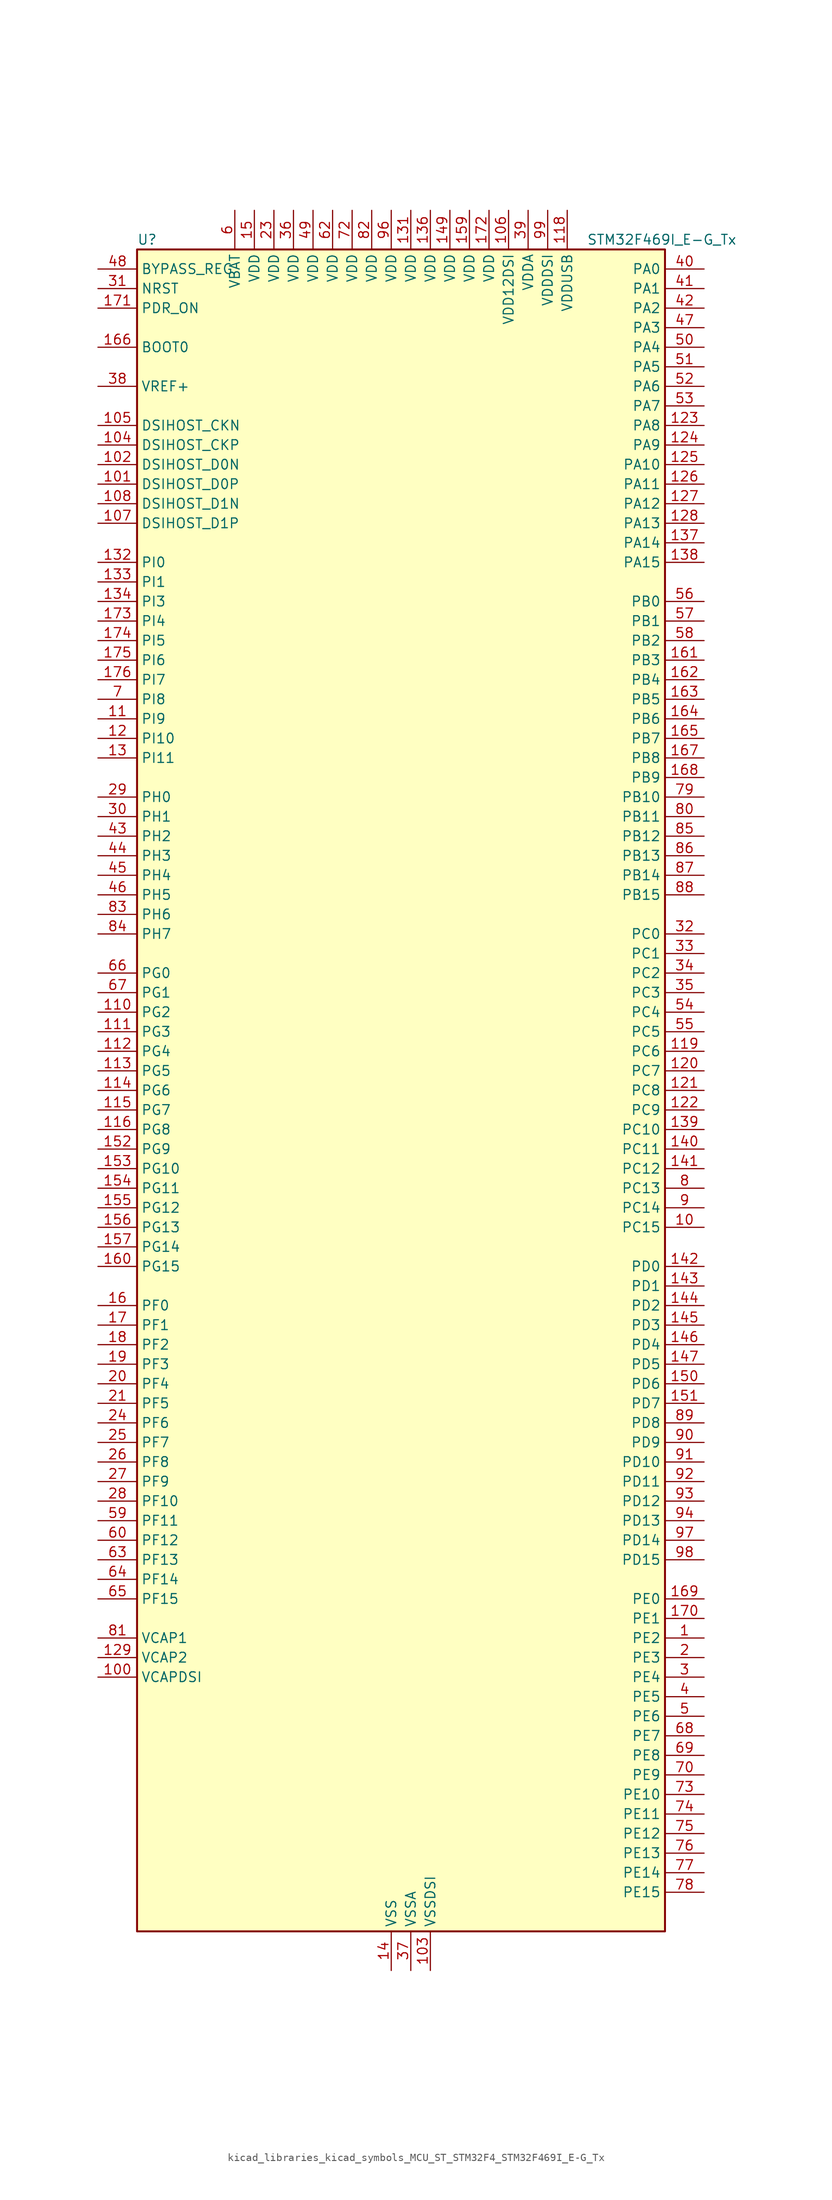
<source format=kicad_sym>
(kicad_symbol_lib
  (version 20220914)
  (generator kicad_symbol_editor)
  (symbol "kicad_libraries_kicad_symbols_MCU_ST_STM32F4_STM32F469I_E-G_Tx"
    (property "Reference" "U"
      (at -33.02 110.49 0)
      (effects (font (size 1.27 1.27)) (justify left)))
    (property "Value" "STM32F469I_E-G_Tx"
      (at 25.4 110.49 0)
      (effects (font (size 1.27 1.27)) (justify left)))
    (property "ki_locked" ""
      (at 0 0 0)
      (effects (font (size 1.27 1.27))))
    (symbol "kicad_libraries_kicad_symbols_MCU_ST_STM32F4_STM32F469I_E-G_Tx_0_1"
      (rectangle (start -33.02 -109.22) (end 35.56 109.22) (stroke (width 0.254) (type default)) (fill (type background))))
    (symbol "kicad_libraries_kicad_symbols_MCU_ST_STM32F4_STM32F469I_E-G_Tx_1_1"
      (pin bidirectional line (at 40.64 -71.12 180) (length 5.08) (name "PE2" (effects (font (size 1.27 1.27)))) (number "1" (effects (font (size 1.27 1.27)))) (alternate "ETH_TXD3" bidirectional line) (alternate "FMC_A23" bidirectional line) (alternate "QUADSPI_BK1_IO2" bidirectional line) (alternate "SAI1_MCLK_A" bidirectional line) (alternate "SPI4_SCK" bidirectional line) (alternate "SYS_TRACECLK" bidirectional line))
      (pin bidirectional line (at 40.64 -17.78 180) (length 5.08) (name "PC15" (effects (font (size 1.27 1.27)))) (number "10" (effects (font (size 1.27 1.27)))) (alternate "ADC1_EXTI15" bidirectional line) (alternate "ADC2_EXTI15" bidirectional line) (alternate "ADC3_EXTI15" bidirectional line) (alternate "RCC_OSC32_OUT" bidirectional line))
      (pin power_out line (at -38.1 -76.2 0) (length 5.08) (name "VCAPDSI" (effects (font (size 1.27 1.27)))) (number "100" (effects (font (size 1.27 1.27)))))
      (pin bidirectional line (at -38.1 78.74 0) (length 5.08) (name "DSIHOST_D0P" (effects (font (size 1.27 1.27)))) (number "101" (effects (font (size 1.27 1.27)))) (alternate "DSIHOST_D0P" bidirectional line))
      (pin bidirectional line (at -38.1 81.28 0) (length 5.08) (name "DSIHOST_D0N" (effects (font (size 1.27 1.27)))) (number "102" (effects (font (size 1.27 1.27)))) (alternate "DSIHOST_D0N" bidirectional line))
      (pin power_in line (at 5.08 -114.3 90) (length 5.08) (name "VSSDSI" (effects (font (size 1.27 1.27)))) (number "103" (effects (font (size 1.27 1.27)))))
      (pin bidirectional line (at -38.1 83.82 0) (length 5.08) (name "DSIHOST_CKP" (effects (font (size 1.27 1.27)))) (number "104" (effects (font (size 1.27 1.27)))) (alternate "DSIHOST_CKP" bidirectional line))
      (pin bidirectional line (at -38.1 86.36 0) (length 5.08) (name "DSIHOST_CKN" (effects (font (size 1.27 1.27)))) (number "105" (effects (font (size 1.27 1.27)))) (alternate "DSIHOST_CKN" bidirectional line))
      (pin power_in line (at 15.24 114.3 270) (length 5.08) (name "VDD12DSI" (effects (font (size 1.27 1.27)))) (number "106" (effects (font (size 1.27 1.27)))))
      (pin bidirectional line (at -38.1 73.66 0) (length 5.08) (name "DSIHOST_D1P" (effects (font (size 1.27 1.27)))) (number "107" (effects (font (size 1.27 1.27)))) (alternate "DSIHOST_D1P" bidirectional line))
      (pin bidirectional line (at -38.1 76.2 0) (length 5.08) (name "DSIHOST_D1N" (effects (font (size 1.27 1.27)))) (number "108" (effects (font (size 1.27 1.27)))) (alternate "DSIHOST_D1N" bidirectional line))
      (pin passive line (at 5.08 -114.3 90) (length 5.08) hide (name "VSSDSI" (effects (font (size 1.27 1.27)))) (number "109" (effects (font (size 1.27 1.27)))))
      (pin bidirectional line (at -38.1 48.26 0) (length 5.08) (name "PI9" (effects (font (size 1.27 1.27)))) (number "11" (effects (font (size 1.27 1.27)))) (alternate "CAN1_RX" bidirectional line) (alternate "DAC_EXTI9" bidirectional line) (alternate "FMC_D30" bidirectional line) (alternate "LTDC_VSYNC" bidirectional line))
      (pin bidirectional line (at -38.1 10.16 0) (length 5.08) (name "PG2" (effects (font (size 1.27 1.27)))) (number "110" (effects (font (size 1.27 1.27)))) (alternate "FMC_A12" bidirectional line))
      (pin bidirectional line (at -38.1 7.62 0) (length 5.08) (name "PG3" (effects (font (size 1.27 1.27)))) (number "111" (effects (font (size 1.27 1.27)))) (alternate "FMC_A13" bidirectional line))
      (pin bidirectional line (at -38.1 5.08 0) (length 5.08) (name "PG4" (effects (font (size 1.27 1.27)))) (number "112" (effects (font (size 1.27 1.27)))) (alternate "FMC_A14" bidirectional line) (alternate "FMC_BA0" bidirectional line))
      (pin bidirectional line (at -38.1 2.54 0) (length 5.08) (name "PG5" (effects (font (size 1.27 1.27)))) (number "113" (effects (font (size 1.27 1.27)))) (alternate "FMC_A15" bidirectional line) (alternate "FMC_BA1" bidirectional line))
      (pin bidirectional line (at -38.1 0 0) (length 5.08) (name "PG6" (effects (font (size 1.27 1.27)))) (number "114" (effects (font (size 1.27 1.27)))) (alternate "DCMI_D12" bidirectional line) (alternate "LTDC_R7" bidirectional line))
      (pin bidirectional line (at -38.1 -2.54 0) (length 5.08) (name "PG7" (effects (font (size 1.27 1.27)))) (number "115" (effects (font (size 1.27 1.27)))) (alternate "DCMI_D13" bidirectional line) (alternate "FMC_INT" bidirectional line) (alternate "LTDC_CLK" bidirectional line) (alternate "SAI1_MCLK_A" bidirectional line) (alternate "USART6_CK" bidirectional line))
      (pin bidirectional line (at -38.1 -5.08 0) (length 5.08) (name "PG8" (effects (font (size 1.27 1.27)))) (number "116" (effects (font (size 1.27 1.27)))) (alternate "ETH_PPS_OUT" bidirectional line) (alternate "FMC_SDCLK" bidirectional line) (alternate "LTDC_G7" bidirectional line) (alternate "SPI6_NSS" bidirectional line) (alternate "USART6_RTS" bidirectional line))
      (pin passive line (at 0 -114.3 90) (length 5.08) hide (name "VSS" (effects (font (size 1.27 1.27)))) (number "117" (effects (font (size 1.27 1.27)))))
      (pin power_in line (at 22.86 114.3 270) (length 5.08) (name "VDDUSB" (effects (font (size 1.27 1.27)))) (number "118" (effects (font (size 1.27 1.27)))))
      (pin bidirectional line (at 40.64 5.08 180) (length 5.08) (name "PC6" (effects (font (size 1.27 1.27)))) (number "119" (effects (font (size 1.27 1.27)))) (alternate "DCMI_D0" bidirectional line) (alternate "I2S2_MCK" bidirectional line) (alternate "LTDC_HSYNC" bidirectional line) (alternate "SDIO_D6" bidirectional line) (alternate "TIM3_CH1" bidirectional line) (alternate "TIM8_CH1" bidirectional line) (alternate "USART6_TX" bidirectional line))
      (pin bidirectional line (at -38.1 45.72 0) (length 5.08) (name "PI10" (effects (font (size 1.27 1.27)))) (number "12" (effects (font (size 1.27 1.27)))) (alternate "ETH_RX_ER" bidirectional line) (alternate "FMC_D31" bidirectional line) (alternate "LTDC_HSYNC" bidirectional line))
      (pin bidirectional line (at 40.64 2.54 180) (length 5.08) (name "PC7" (effects (font (size 1.27 1.27)))) (number "120" (effects (font (size 1.27 1.27)))) (alternate "DCMI_D1" bidirectional line) (alternate "I2S3_MCK" bidirectional line) (alternate "LTDC_G6" bidirectional line) (alternate "SDIO_D7" bidirectional line) (alternate "TIM3_CH2" bidirectional line) (alternate "TIM8_CH2" bidirectional line) (alternate "USART6_RX" bidirectional line))
      (pin bidirectional line (at 40.64 0 180) (length 5.08) (name "PC8" (effects (font (size 1.27 1.27)))) (number "121" (effects (font (size 1.27 1.27)))) (alternate "DCMI_D2" bidirectional line) (alternate "SDIO_D0" bidirectional line) (alternate "SYS_TRACED1" bidirectional line) (alternate "TIM3_CH3" bidirectional line) (alternate "TIM8_CH3" bidirectional line) (alternate "USART6_CK" bidirectional line))
      (pin bidirectional line (at 40.64 -2.54 180) (length 5.08) (name "PC9" (effects (font (size 1.27 1.27)))) (number "122" (effects (font (size 1.27 1.27)))) (alternate "DAC_EXTI9" bidirectional line) (alternate "DCMI_D3" bidirectional line) (alternate "I2C3_SDA" bidirectional line) (alternate "I2S_CKIN" bidirectional line) (alternate "QUADSPI_BK1_IO0" bidirectional line) (alternate "RCC_MCO_2" bidirectional line) (alternate "SDIO_D1" bidirectional line) (alternate "TIM3_CH4" bidirectional line) (alternate "TIM8_CH4" bidirectional line))
      (pin bidirectional line (at 40.64 86.36 180) (length 5.08) (name "PA8" (effects (font (size 1.27 1.27)))) (number "123" (effects (font (size 1.27 1.27)))) (alternate "I2C3_SCL" bidirectional line) (alternate "LTDC_R6" bidirectional line) (alternate "RCC_MCO_1" bidirectional line) (alternate "TIM1_CH1" bidirectional line) (alternate "USART1_CK" bidirectional line) (alternate "USB_OTG_FS_SOF" bidirectional line))
      (pin bidirectional line (at 40.64 83.82 180) (length 5.08) (name "PA9" (effects (font (size 1.27 1.27)))) (number "124" (effects (font (size 1.27 1.27)))) (alternate "DAC_EXTI9" bidirectional line) (alternate "DCMI_D0" bidirectional line) (alternate "I2C3_SMBA" bidirectional line) (alternate "I2S2_CK" bidirectional line) (alternate "SPI2_SCK" bidirectional line) (alternate "TIM1_CH2" bidirectional line) (alternate "USART1_TX" bidirectional line) (alternate "USB_OTG_FS_VBUS" bidirectional line))
      (pin bidirectional line (at 40.64 81.28 180) (length 5.08) (name "PA10" (effects (font (size 1.27 1.27)))) (number "125" (effects (font (size 1.27 1.27)))) (alternate "DCMI_D1" bidirectional line) (alternate "TIM1_CH3" bidirectional line) (alternate "USART1_RX" bidirectional line) (alternate "USB_OTG_FS_ID" bidirectional line))
      (pin bidirectional line (at 40.64 78.74 180) (length 5.08) (name "PA11" (effects (font (size 1.27 1.27)))) (number "126" (effects (font (size 1.27 1.27)))) (alternate "ADC1_EXTI11" bidirectional line) (alternate "ADC2_EXTI11" bidirectional line) (alternate "ADC3_EXTI11" bidirectional line) (alternate "CAN1_RX" bidirectional line) (alternate "LTDC_R4" bidirectional line) (alternate "TIM1_CH4" bidirectional line) (alternate "USART1_CTS" bidirectional line) (alternate "USB_OTG_FS_DM" bidirectional line))
      (pin bidirectional line (at 40.64 76.2 180) (length 5.08) (name "PA12" (effects (font (size 1.27 1.27)))) (number "127" (effects (font (size 1.27 1.27)))) (alternate "CAN1_TX" bidirectional line) (alternate "LTDC_R5" bidirectional line) (alternate "TIM1_ETR" bidirectional line) (alternate "USART1_RTS" bidirectional line) (alternate "USB_OTG_FS_DP" bidirectional line))
      (pin bidirectional line (at 40.64 73.66 180) (length 5.08) (name "PA13" (effects (font (size 1.27 1.27)))) (number "128" (effects (font (size 1.27 1.27)))) (alternate "SYS_JTMS-SWDIO" bidirectional line))
      (pin power_out line (at -38.1 -73.66 0) (length 5.08) (name "VCAP2" (effects (font (size 1.27 1.27)))) (number "129" (effects (font (size 1.27 1.27)))))
      (pin bidirectional line (at -38.1 43.18 0) (length 5.08) (name "PI11" (effects (font (size 1.27 1.27)))) (number "13" (effects (font (size 1.27 1.27)))) (alternate "ADC1_EXTI11" bidirectional line) (alternate "ADC2_EXTI11" bidirectional line) (alternate "ADC3_EXTI11" bidirectional line) (alternate "LTDC_G6" bidirectional line) (alternate "USB_OTG_HS_ULPI_DIR" bidirectional line))
      (pin passive line (at 0 -114.3 90) (length 5.08) hide (name "VSS" (effects (font (size 1.27 1.27)))) (number "130" (effects (font (size 1.27 1.27)))))
      (pin power_in line (at 2.54 114.3 270) (length 5.08) (name "VDD" (effects (font (size 1.27 1.27)))) (number "131" (effects (font (size 1.27 1.27)))))
      (pin bidirectional line (at -38.1 68.58 0) (length 5.08) (name "PI0" (effects (font (size 1.27 1.27)))) (number "132" (effects (font (size 1.27 1.27)))) (alternate "DCMI_D13" bidirectional line) (alternate "FMC_D24" bidirectional line) (alternate "I2S2_WS" bidirectional line) (alternate "LTDC_G5" bidirectional line) (alternate "SPI2_NSS" bidirectional line) (alternate "TIM5_CH4" bidirectional line))
      (pin bidirectional line (at -38.1 66.04 0) (length 5.08) (name "PI1" (effects (font (size 1.27 1.27)))) (number "133" (effects (font (size 1.27 1.27)))) (alternate "DCMI_D8" bidirectional line) (alternate "FMC_D25" bidirectional line) (alternate "I2S2_CK" bidirectional line) (alternate "LTDC_G6" bidirectional line) (alternate "SPI2_SCK" bidirectional line))
      (pin bidirectional line (at -38.1 63.5 0) (length 5.08) (name "PI3" (effects (font (size 1.27 1.27)))) (number "134" (effects (font (size 1.27 1.27)))) (alternate "DCMI_D10" bidirectional line) (alternate "FMC_D27" bidirectional line) (alternate "I2S2_SD" bidirectional line) (alternate "SPI2_MOSI" bidirectional line) (alternate "TIM8_ETR" bidirectional line))
      (pin passive line (at 0 -114.3 90) (length 5.08) hide (name "VSS" (effects (font (size 1.27 1.27)))) (number "135" (effects (font (size 1.27 1.27)))))
      (pin power_in line (at 5.08 114.3 270) (length 5.08) (name "VDD" (effects (font (size 1.27 1.27)))) (number "136" (effects (font (size 1.27 1.27)))))
      (pin bidirectional line (at 40.64 71.12 180) (length 5.08) (name "PA14" (effects (font (size 1.27 1.27)))) (number "137" (effects (font (size 1.27 1.27)))) (alternate "SYS_JTCK-SWCLK" bidirectional line))
      (pin bidirectional line (at 40.64 68.58 180) (length 5.08) (name "PA15" (effects (font (size 1.27 1.27)))) (number "138" (effects (font (size 1.27 1.27)))) (alternate "ADC1_EXTI15" bidirectional line) (alternate "ADC2_EXTI15" bidirectional line) (alternate "ADC3_EXTI15" bidirectional line) (alternate "I2S3_WS" bidirectional line) (alternate "SPI1_NSS" bidirectional line) (alternate "SPI3_NSS" bidirectional line) (alternate "SYS_JTDI" bidirectional line) (alternate "TIM2_CH1" bidirectional line) (alternate "TIM2_ETR" bidirectional line))
      (pin bidirectional line (at 40.64 -5.08 180) (length 5.08) (name "PC10" (effects (font (size 1.27 1.27)))) (number "139" (effects (font (size 1.27 1.27)))) (alternate "DCMI_D8" bidirectional line) (alternate "I2S3_CK" bidirectional line) (alternate "LTDC_R2" bidirectional line) (alternate "QUADSPI_BK1_IO1" bidirectional line) (alternate "SDIO_D2" bidirectional line) (alternate "SPI3_SCK" bidirectional line) (alternate "UART4_TX" bidirectional line) (alternate "USART3_TX" bidirectional line))
      (pin power_in line (at 0 -114.3 90) (length 5.08) (name "VSS" (effects (font (size 1.27 1.27)))) (number "14" (effects (font (size 1.27 1.27)))))
      (pin bidirectional line (at 40.64 -7.62 180) (length 5.08) (name "PC11" (effects (font (size 1.27 1.27)))) (number "140" (effects (font (size 1.27 1.27)))) (alternate "ADC1_EXTI11" bidirectional line) (alternate "ADC2_EXTI11" bidirectional line) (alternate "ADC3_EXTI11" bidirectional line) (alternate "DCMI_D4" bidirectional line) (alternate "I2S3_ext_SD" bidirectional line) (alternate "QUADSPI_BK2_NCS" bidirectional line) (alternate "SDIO_D3" bidirectional line) (alternate "SPI3_MISO" bidirectional line) (alternate "UART4_RX" bidirectional line) (alternate "USART3_RX" bidirectional line))
      (pin bidirectional line (at 40.64 -10.16 180) (length 5.08) (name "PC12" (effects (font (size 1.27 1.27)))) (number "141" (effects (font (size 1.27 1.27)))) (alternate "DCMI_D9" bidirectional line) (alternate "I2S3_SD" bidirectional line) (alternate "SDIO_CK" bidirectional line) (alternate "SPI3_MOSI" bidirectional line) (alternate "SYS_TRACED3" bidirectional line) (alternate "UART5_TX" bidirectional line) (alternate "USART3_CK" bidirectional line))
      (pin bidirectional line (at 40.64 -22.86 180) (length 5.08) (name "PD0" (effects (font (size 1.27 1.27)))) (number "142" (effects (font (size 1.27 1.27)))) (alternate "CAN1_RX" bidirectional line) (alternate "FMC_D2" bidirectional line) (alternate "FMC_DA2" bidirectional line))
      (pin bidirectional line (at 40.64 -25.4 180) (length 5.08) (name "PD1" (effects (font (size 1.27 1.27)))) (number "143" (effects (font (size 1.27 1.27)))) (alternate "CAN1_TX" bidirectional line) (alternate "FMC_D3" bidirectional line) (alternate "FMC_DA3" bidirectional line))
      (pin bidirectional line (at 40.64 -27.94 180) (length 5.08) (name "PD2" (effects (font (size 1.27 1.27)))) (number "144" (effects (font (size 1.27 1.27)))) (alternate "DCMI_D11" bidirectional line) (alternate "SDIO_CMD" bidirectional line) (alternate "SYS_TRACED2" bidirectional line) (alternate "TIM3_ETR" bidirectional line) (alternate "UART5_RX" bidirectional line))
      (pin bidirectional line (at 40.64 -30.48 180) (length 5.08) (name "PD3" (effects (font (size 1.27 1.27)))) (number "145" (effects (font (size 1.27 1.27)))) (alternate "DCMI_D5" bidirectional line) (alternate "FMC_CLK" bidirectional line) (alternate "I2S2_CK" bidirectional line) (alternate "LTDC_G7" bidirectional line) (alternate "SPI2_SCK" bidirectional line) (alternate "USART2_CTS" bidirectional line))
      (pin bidirectional line (at 40.64 -33.02 180) (length 5.08) (name "PD4" (effects (font (size 1.27 1.27)))) (number "146" (effects (font (size 1.27 1.27)))) (alternate "FMC_NOE" bidirectional line) (alternate "USART2_RTS" bidirectional line))
      (pin bidirectional line (at 40.64 -35.56 180) (length 5.08) (name "PD5" (effects (font (size 1.27 1.27)))) (number "147" (effects (font (size 1.27 1.27)))) (alternate "FMC_NWE" bidirectional line) (alternate "USART2_TX" bidirectional line))
      (pin passive line (at 0 -114.3 90) (length 5.08) hide (name "VSS" (effects (font (size 1.27 1.27)))) (number "148" (effects (font (size 1.27 1.27)))))
      (pin power_in line (at 7.62 114.3 270) (length 5.08) (name "VDD" (effects (font (size 1.27 1.27)))) (number "149" (effects (font (size 1.27 1.27)))))
      (pin power_in line (at -17.78 114.3 270) (length 5.08) (name "VDD" (effects (font (size 1.27 1.27)))) (number "15" (effects (font (size 1.27 1.27)))))
      (pin bidirectional line (at 40.64 -38.1 180) (length 5.08) (name "PD6" (effects (font (size 1.27 1.27)))) (number "150" (effects (font (size 1.27 1.27)))) (alternate "DCMI_D10" bidirectional line) (alternate "FMC_NWAIT" bidirectional line) (alternate "I2S3_SD" bidirectional line) (alternate "LTDC_B2" bidirectional line) (alternate "SAI1_SD_A" bidirectional line) (alternate "SPI3_MOSI" bidirectional line) (alternate "USART2_RX" bidirectional line))
      (pin bidirectional line (at 40.64 -40.64 180) (length 5.08) (name "PD7" (effects (font (size 1.27 1.27)))) (number "151" (effects (font (size 1.27 1.27)))) (alternate "FMC_NE1" bidirectional line) (alternate "USART2_CK" bidirectional line))
      (pin bidirectional line (at -38.1 -7.62 0) (length 5.08) (name "PG9" (effects (font (size 1.27 1.27)))) (number "152" (effects (font (size 1.27 1.27)))) (alternate "DAC_EXTI9" bidirectional line) (alternate "DCMI_VSYNC" bidirectional line) (alternate "FMC_NCE" bidirectional line) (alternate "FMC_NE2" bidirectional line) (alternate "QUADSPI_BK2_IO2" bidirectional line) (alternate "USART6_RX" bidirectional line))
      (pin bidirectional line (at -38.1 -10.16 0) (length 5.08) (name "PG10" (effects (font (size 1.27 1.27)))) (number "153" (effects (font (size 1.27 1.27)))) (alternate "DCMI_D2" bidirectional line) (alternate "FMC_NE3" bidirectional line) (alternate "LTDC_B2" bidirectional line) (alternate "LTDC_G3" bidirectional line))
      (pin bidirectional line (at -38.1 -12.7 0) (length 5.08) (name "PG11" (effects (font (size 1.27 1.27)))) (number "154" (effects (font (size 1.27 1.27)))) (alternate "ADC1_EXTI11" bidirectional line) (alternate "ADC2_EXTI11" bidirectional line) (alternate "ADC3_EXTI11" bidirectional line) (alternate "DCMI_D3" bidirectional line) (alternate "ETH_TX_EN" bidirectional line) (alternate "LTDC_B3" bidirectional line))
      (pin bidirectional line (at -38.1 -15.24 0) (length 5.08) (name "PG12" (effects (font (size 1.27 1.27)))) (number "155" (effects (font (size 1.27 1.27)))) (alternate "FMC_NE4" bidirectional line) (alternate "LTDC_B1" bidirectional line) (alternate "LTDC_B4" bidirectional line) (alternate "SPI6_MISO" bidirectional line) (alternate "USART6_RTS" bidirectional line))
      (pin bidirectional line (at -38.1 -17.78 0) (length 5.08) (name "PG13" (effects (font (size 1.27 1.27)))) (number "156" (effects (font (size 1.27 1.27)))) (alternate "ETH_TXD0" bidirectional line) (alternate "FMC_A24" bidirectional line) (alternate "LTDC_R0" bidirectional line) (alternate "SPI6_SCK" bidirectional line) (alternate "SYS_TRACED0" bidirectional line) (alternate "USART6_CTS" bidirectional line))
      (pin bidirectional line (at -38.1 -20.32 0) (length 5.08) (name "PG14" (effects (font (size 1.27 1.27)))) (number "157" (effects (font (size 1.27 1.27)))) (alternate "ETH_TXD1" bidirectional line) (alternate "FMC_A25" bidirectional line) (alternate "LTDC_B0" bidirectional line) (alternate "QUADSPI_BK2_IO3" bidirectional line) (alternate "SPI6_MOSI" bidirectional line) (alternate "SYS_TRACED1" bidirectional line) (alternate "USART6_TX" bidirectional line))
      (pin passive line (at 0 -114.3 90) (length 5.08) hide (name "VSS" (effects (font (size 1.27 1.27)))) (number "158" (effects (font (size 1.27 1.27)))))
      (pin power_in line (at 10.16 114.3 270) (length 5.08) (name "VDD" (effects (font (size 1.27 1.27)))) (number "159" (effects (font (size 1.27 1.27)))))
      (pin bidirectional line (at -38.1 -27.94 0) (length 5.08) (name "PF0" (effects (font (size 1.27 1.27)))) (number "16" (effects (font (size 1.27 1.27)))) (alternate "FMC_A0" bidirectional line) (alternate "I2C2_SDA" bidirectional line))
      (pin bidirectional line (at -38.1 -22.86 0) (length 5.08) (name "PG15" (effects (font (size 1.27 1.27)))) (number "160" (effects (font (size 1.27 1.27)))) (alternate "ADC1_EXTI15" bidirectional line) (alternate "ADC2_EXTI15" bidirectional line) (alternate "ADC3_EXTI15" bidirectional line) (alternate "DCMI_D13" bidirectional line) (alternate "FMC_SDNCAS" bidirectional line) (alternate "USART6_CTS" bidirectional line))
      (pin bidirectional line (at 40.64 55.88 180) (length 5.08) (name "PB3" (effects (font (size 1.27 1.27)))) (number "161" (effects (font (size 1.27 1.27)))) (alternate "I2S3_CK" bidirectional line) (alternate "SPI1_SCK" bidirectional line) (alternate "SPI3_SCK" bidirectional line) (alternate "SYS_JTDO-SWO" bidirectional line) (alternate "TIM2_CH2" bidirectional line))
      (pin bidirectional line (at 40.64 53.34 180) (length 5.08) (name "PB4" (effects (font (size 1.27 1.27)))) (number "162" (effects (font (size 1.27 1.27)))) (alternate "I2S3_ext_SD" bidirectional line) (alternate "SPI1_MISO" bidirectional line) (alternate "SPI3_MISO" bidirectional line) (alternate "SYS_JTRST" bidirectional line) (alternate "TIM3_CH1" bidirectional line))
      (pin bidirectional line (at 40.64 50.8 180) (length 5.08) (name "PB5" (effects (font (size 1.27 1.27)))) (number "163" (effects (font (size 1.27 1.27)))) (alternate "CAN2_RX" bidirectional line) (alternate "DCMI_D10" bidirectional line) (alternate "ETH_PPS_OUT" bidirectional line) (alternate "FMC_SDCKE1" bidirectional line) (alternate "I2C1_SMBA" bidirectional line) (alternate "I2S3_SD" bidirectional line) (alternate "LTDC_G7" bidirectional line) (alternate "SPI1_MOSI" bidirectional line) (alternate "SPI3_MOSI" bidirectional line) (alternate "TIM3_CH2" bidirectional line) (alternate "USB_OTG_HS_ULPI_D7" bidirectional line))
      (pin bidirectional line (at 40.64 48.26 180) (length 5.08) (name "PB6" (effects (font (size 1.27 1.27)))) (number "164" (effects (font (size 1.27 1.27)))) (alternate "CAN2_TX" bidirectional line) (alternate "DCMI_D5" bidirectional line) (alternate "FMC_SDNE1" bidirectional line) (alternate "I2C1_SCL" bidirectional line) (alternate "QUADSPI_BK1_NCS" bidirectional line) (alternate "TIM4_CH1" bidirectional line) (alternate "USART1_TX" bidirectional line))
      (pin bidirectional line (at 40.64 45.72 180) (length 5.08) (name "PB7" (effects (font (size 1.27 1.27)))) (number "165" (effects (font (size 1.27 1.27)))) (alternate "DCMI_VSYNC" bidirectional line) (alternate "FMC_NL" bidirectional line) (alternate "I2C1_SDA" bidirectional line) (alternate "TIM4_CH2" bidirectional line) (alternate "USART1_RX" bidirectional line))
      (pin input line (at -38.1 96.52 0) (length 5.08) (name "BOOT0" (effects (font (size 1.27 1.27)))) (number "166" (effects (font (size 1.27 1.27)))))
      (pin bidirectional line (at 40.64 43.18 180) (length 5.08) (name "PB8" (effects (font (size 1.27 1.27)))) (number "167" (effects (font (size 1.27 1.27)))) (alternate "CAN1_RX" bidirectional line) (alternate "DCMI_D6" bidirectional line) (alternate "ETH_TXD3" bidirectional line) (alternate "I2C1_SCL" bidirectional line) (alternate "LTDC_B6" bidirectional line) (alternate "SDIO_D4" bidirectional line) (alternate "TIM10_CH1" bidirectional line) (alternate "TIM4_CH3" bidirectional line))
      (pin bidirectional line (at 40.64 40.64 180) (length 5.08) (name "PB9" (effects (font (size 1.27 1.27)))) (number "168" (effects (font (size 1.27 1.27)))) (alternate "CAN1_TX" bidirectional line) (alternate "DAC_EXTI9" bidirectional line) (alternate "DCMI_D7" bidirectional line) (alternate "I2C1_SDA" bidirectional line) (alternate "I2S2_WS" bidirectional line) (alternate "LTDC_B7" bidirectional line) (alternate "SDIO_D5" bidirectional line) (alternate "SPI2_NSS" bidirectional line) (alternate "TIM11_CH1" bidirectional line) (alternate "TIM4_CH4" bidirectional line))
      (pin bidirectional line (at 40.64 -66.04 180) (length 5.08) (name "PE0" (effects (font (size 1.27 1.27)))) (number "169" (effects (font (size 1.27 1.27)))) (alternate "DCMI_D2" bidirectional line) (alternate "FMC_NBL0" bidirectional line) (alternate "TIM4_ETR" bidirectional line) (alternate "UART8_RX" bidirectional line))
      (pin bidirectional line (at -38.1 -30.48 0) (length 5.08) (name "PF1" (effects (font (size 1.27 1.27)))) (number "17" (effects (font (size 1.27 1.27)))) (alternate "FMC_A1" bidirectional line) (alternate "I2C2_SCL" bidirectional line))
      (pin bidirectional line (at 40.64 -68.58 180) (length 5.08) (name "PE1" (effects (font (size 1.27 1.27)))) (number "170" (effects (font (size 1.27 1.27)))) (alternate "DCMI_D3" bidirectional line) (alternate "FMC_NBL1" bidirectional line) (alternate "UART8_TX" bidirectional line))
      (pin input line (at -38.1 101.6 0) (length 5.08) (name "PDR_ON" (effects (font (size 1.27 1.27)))) (number "171" (effects (font (size 1.27 1.27)))))
      (pin power_in line (at 12.7 114.3 270) (length 5.08) (name "VDD" (effects (font (size 1.27 1.27)))) (number "172" (effects (font (size 1.27 1.27)))))
      (pin bidirectional line (at -38.1 60.96 0) (length 5.08) (name "PI4" (effects (font (size 1.27 1.27)))) (number "173" (effects (font (size 1.27 1.27)))) (alternate "DCMI_D5" bidirectional line) (alternate "FMC_NBL2" bidirectional line) (alternate "LTDC_B4" bidirectional line) (alternate "TIM8_BKIN" bidirectional line))
      (pin bidirectional line (at -38.1 58.42 0) (length 5.08) (name "PI5" (effects (font (size 1.27 1.27)))) (number "174" (effects (font (size 1.27 1.27)))) (alternate "DCMI_VSYNC" bidirectional line) (alternate "FMC_NBL3" bidirectional line) (alternate "LTDC_B5" bidirectional line) (alternate "TIM8_CH1" bidirectional line))
      (pin bidirectional line (at -38.1 55.88 0) (length 5.08) (name "PI6" (effects (font (size 1.27 1.27)))) (number "175" (effects (font (size 1.27 1.27)))) (alternate "DCMI_D6" bidirectional line) (alternate "FMC_D28" bidirectional line) (alternate "LTDC_B6" bidirectional line) (alternate "TIM8_CH2" bidirectional line))
      (pin bidirectional line (at -38.1 53.34 0) (length 5.08) (name "PI7" (effects (font (size 1.27 1.27)))) (number "176" (effects (font (size 1.27 1.27)))) (alternate "DCMI_D7" bidirectional line) (alternate "FMC_D29" bidirectional line) (alternate "LTDC_B7" bidirectional line) (alternate "TIM8_CH3" bidirectional line))
      (pin bidirectional line (at -38.1 -33.02 0) (length 5.08) (name "PF2" (effects (font (size 1.27 1.27)))) (number "18" (effects (font (size 1.27 1.27)))) (alternate "FMC_A2" bidirectional line) (alternate "I2C2_SMBA" bidirectional line))
      (pin bidirectional line (at -38.1 -35.56 0) (length 5.08) (name "PF3" (effects (font (size 1.27 1.27)))) (number "19" (effects (font (size 1.27 1.27)))) (alternate "ADC3_IN9" bidirectional line) (alternate "FMC_A3" bidirectional line))
      (pin bidirectional line (at 40.64 -73.66 180) (length 5.08) (name "PE3" (effects (font (size 1.27 1.27)))) (number "2" (effects (font (size 1.27 1.27)))) (alternate "FMC_A19" bidirectional line) (alternate "SAI1_SD_B" bidirectional line) (alternate "SYS_TRACED0" bidirectional line))
      (pin bidirectional line (at -38.1 -38.1 0) (length 5.08) (name "PF4" (effects (font (size 1.27 1.27)))) (number "20" (effects (font (size 1.27 1.27)))) (alternate "ADC3_IN14" bidirectional line) (alternate "FMC_A4" bidirectional line))
      (pin bidirectional line (at -38.1 -40.64 0) (length 5.08) (name "PF5" (effects (font (size 1.27 1.27)))) (number "21" (effects (font (size 1.27 1.27)))) (alternate "ADC3_IN15" bidirectional line) (alternate "FMC_A5" bidirectional line))
      (pin passive line (at 0 -114.3 90) (length 5.08) hide (name "VSS" (effects (font (size 1.27 1.27)))) (number "22" (effects (font (size 1.27 1.27)))))
      (pin power_in line (at -15.24 114.3 270) (length 5.08) (name "VDD" (effects (font (size 1.27 1.27)))) (number "23" (effects (font (size 1.27 1.27)))))
      (pin bidirectional line (at -38.1 -43.18 0) (length 5.08) (name "PF6" (effects (font (size 1.27 1.27)))) (number "24" (effects (font (size 1.27 1.27)))) (alternate "ADC3_IN4" bidirectional line) (alternate "QUADSPI_BK1_IO3" bidirectional line) (alternate "SAI1_SD_B" bidirectional line) (alternate "SPI5_NSS" bidirectional line) (alternate "TIM10_CH1" bidirectional line) (alternate "UART7_RX" bidirectional line))
      (pin bidirectional line (at -38.1 -45.72 0) (length 5.08) (name "PF7" (effects (font (size 1.27 1.27)))) (number "25" (effects (font (size 1.27 1.27)))) (alternate "ADC3_IN5" bidirectional line) (alternate "QUADSPI_BK1_IO2" bidirectional line) (alternate "SAI1_MCLK_B" bidirectional line) (alternate "SPI5_SCK" bidirectional line) (alternate "TIM11_CH1" bidirectional line) (alternate "UART7_TX" bidirectional line))
      (pin bidirectional line (at -38.1 -48.26 0) (length 5.08) (name "PF8" (effects (font (size 1.27 1.27)))) (number "26" (effects (font (size 1.27 1.27)))) (alternate "ADC3_IN6" bidirectional line) (alternate "QUADSPI_BK1_IO0" bidirectional line) (alternate "SAI1_SCK_B" bidirectional line) (alternate "SPI5_MISO" bidirectional line) (alternate "TIM13_CH1" bidirectional line))
      (pin bidirectional line (at -38.1 -50.8 0) (length 5.08) (name "PF9" (effects (font (size 1.27 1.27)))) (number "27" (effects (font (size 1.27 1.27)))) (alternate "ADC3_IN7" bidirectional line) (alternate "DAC_EXTI9" bidirectional line) (alternate "QUADSPI_BK1_IO1" bidirectional line) (alternate "SAI1_FS_B" bidirectional line) (alternate "SPI5_MOSI" bidirectional line) (alternate "TIM14_CH1" bidirectional line))
      (pin bidirectional line (at -38.1 -53.34 0) (length 5.08) (name "PF10" (effects (font (size 1.27 1.27)))) (number "28" (effects (font (size 1.27 1.27)))) (alternate "ADC3_IN8" bidirectional line) (alternate "DCMI_D11" bidirectional line) (alternate "LTDC_DE" bidirectional line) (alternate "QUADSPI_CLK" bidirectional line))
      (pin bidirectional line (at -38.1 38.1 0) (length 5.08) (name "PH0" (effects (font (size 1.27 1.27)))) (number "29" (effects (font (size 1.27 1.27)))) (alternate "RCC_OSC_IN" bidirectional line))
      (pin bidirectional line (at 40.64 -76.2 180) (length 5.08) (name "PE4" (effects (font (size 1.27 1.27)))) (number "3" (effects (font (size 1.27 1.27)))) (alternate "DCMI_D4" bidirectional line) (alternate "FMC_A20" bidirectional line) (alternate "LTDC_B0" bidirectional line) (alternate "SAI1_FS_A" bidirectional line) (alternate "SPI4_NSS" bidirectional line) (alternate "SYS_TRACED1" bidirectional line))
      (pin bidirectional line (at -38.1 35.56 0) (length 5.08) (name "PH1" (effects (font (size 1.27 1.27)))) (number "30" (effects (font (size 1.27 1.27)))) (alternate "RCC_OSC_OUT" bidirectional line))
      (pin input line (at -38.1 104.14 0) (length 5.08) (name "NRST" (effects (font (size 1.27 1.27)))) (number "31" (effects (font (size 1.27 1.27)))))
      (pin bidirectional line (at 40.64 20.32 180) (length 5.08) (name "PC0" (effects (font (size 1.27 1.27)))) (number "32" (effects (font (size 1.27 1.27)))) (alternate "ADC1_IN10" bidirectional line) (alternate "ADC2_IN10" bidirectional line) (alternate "ADC3_IN10" bidirectional line) (alternate "FMC_SDNWE" bidirectional line) (alternate "LTDC_R5" bidirectional line) (alternate "USB_OTG_HS_ULPI_STP" bidirectional line))
      (pin bidirectional line (at 40.64 17.78 180) (length 5.08) (name "PC1" (effects (font (size 1.27 1.27)))) (number "33" (effects (font (size 1.27 1.27)))) (alternate "ADC1_IN11" bidirectional line) (alternate "ADC2_IN11" bidirectional line) (alternate "ADC3_IN11" bidirectional line) (alternate "ETH_MDC" bidirectional line) (alternate "I2S2_SD" bidirectional line) (alternate "SAI1_SD_A" bidirectional line) (alternate "SPI2_MOSI" bidirectional line) (alternate "SYS_TRACED0" bidirectional line))
      (pin bidirectional line (at 40.64 15.24 180) (length 5.08) (name "PC2" (effects (font (size 1.27 1.27)))) (number "34" (effects (font (size 1.27 1.27)))) (alternate "ADC1_IN12" bidirectional line) (alternate "ADC2_IN12" bidirectional line) (alternate "ADC3_IN12" bidirectional line) (alternate "ETH_TXD2" bidirectional line) (alternate "FMC_SDNE0" bidirectional line) (alternate "I2S2_ext_SD" bidirectional line) (alternate "SPI2_MISO" bidirectional line) (alternate "USB_OTG_HS_ULPI_DIR" bidirectional line))
      (pin bidirectional line (at 40.64 12.7 180) (length 5.08) (name "PC3" (effects (font (size 1.27 1.27)))) (number "35" (effects (font (size 1.27 1.27)))) (alternate "ADC1_IN13" bidirectional line) (alternate "ADC2_IN13" bidirectional line) (alternate "ADC3_IN13" bidirectional line) (alternate "ETH_TX_CLK" bidirectional line) (alternate "FMC_SDCKE0" bidirectional line) (alternate "I2S2_SD" bidirectional line) (alternate "SPI2_MOSI" bidirectional line) (alternate "USB_OTG_HS_ULPI_NXT" bidirectional line))
      (pin power_in line (at -12.7 114.3 270) (length 5.08) (name "VDD" (effects (font (size 1.27 1.27)))) (number "36" (effects (font (size 1.27 1.27)))))
      (pin power_in line (at 2.54 -114.3 90) (length 5.08) (name "VSSA" (effects (font (size 1.27 1.27)))) (number "37" (effects (font (size 1.27 1.27)))))
      (pin input line (at -38.1 91.44 0) (length 5.08) (name "VREF+" (effects (font (size 1.27 1.27)))) (number "38" (effects (font (size 1.27 1.27)))))
      (pin power_in line (at 17.78 114.3 270) (length 5.08) (name "VDDA" (effects (font (size 1.27 1.27)))) (number "39" (effects (font (size 1.27 1.27)))))
      (pin bidirectional line (at 40.64 -78.74 180) (length 5.08) (name "PE5" (effects (font (size 1.27 1.27)))) (number "4" (effects (font (size 1.27 1.27)))) (alternate "DCMI_D6" bidirectional line) (alternate "FMC_A21" bidirectional line) (alternate "LTDC_G0" bidirectional line) (alternate "SAI1_SCK_A" bidirectional line) (alternate "SPI4_MISO" bidirectional line) (alternate "SYS_TRACED2" bidirectional line) (alternate "TIM9_CH1" bidirectional line))
      (pin bidirectional line (at 40.64 106.68 180) (length 5.08) (name "PA0" (effects (font (size 1.27 1.27)))) (number "40" (effects (font (size 1.27 1.27)))) (alternate "ADC1_IN0" bidirectional line) (alternate "ADC2_IN0" bidirectional line) (alternate "ADC3_IN0" bidirectional line) (alternate "ETH_CRS" bidirectional line) (alternate "SYS_WKUP" bidirectional line) (alternate "TIM2_CH1" bidirectional line) (alternate "TIM2_ETR" bidirectional line) (alternate "TIM5_CH1" bidirectional line) (alternate "TIM8_ETR" bidirectional line) (alternate "UART4_TX" bidirectional line) (alternate "USART2_CTS" bidirectional line))
      (pin bidirectional line (at 40.64 104.14 180) (length 5.08) (name "PA1" (effects (font (size 1.27 1.27)))) (number "41" (effects (font (size 1.27 1.27)))) (alternate "ADC1_IN1" bidirectional line) (alternate "ADC2_IN1" bidirectional line) (alternate "ADC3_IN1" bidirectional line) (alternate "ETH_REF_CLK" bidirectional line) (alternate "ETH_RX_CLK" bidirectional line) (alternate "LTDC_R2" bidirectional line) (alternate "QUADSPI_BK1_IO3" bidirectional line) (alternate "TIM2_CH2" bidirectional line) (alternate "TIM5_CH2" bidirectional line) (alternate "UART4_RX" bidirectional line) (alternate "USART2_RTS" bidirectional line))
      (pin bidirectional line (at 40.64 101.6 180) (length 5.08) (name "PA2" (effects (font (size 1.27 1.27)))) (number "42" (effects (font (size 1.27 1.27)))) (alternate "ADC1_IN2" bidirectional line) (alternate "ADC2_IN2" bidirectional line) (alternate "ADC3_IN2" bidirectional line) (alternate "ETH_MDIO" bidirectional line) (alternate "LTDC_R1" bidirectional line) (alternate "TIM2_CH3" bidirectional line) (alternate "TIM5_CH3" bidirectional line) (alternate "TIM9_CH1" bidirectional line) (alternate "USART2_TX" bidirectional line))
      (pin bidirectional line (at -38.1 33.02 0) (length 5.08) (name "PH2" (effects (font (size 1.27 1.27)))) (number "43" (effects (font (size 1.27 1.27)))) (alternate "ETH_CRS" bidirectional line) (alternate "FMC_SDCKE0" bidirectional line) (alternate "LTDC_R0" bidirectional line) (alternate "QUADSPI_BK2_IO0" bidirectional line))
      (pin bidirectional line (at -38.1 30.48 0) (length 5.08) (name "PH3" (effects (font (size 1.27 1.27)))) (number "44" (effects (font (size 1.27 1.27)))) (alternate "ETH_COL" bidirectional line) (alternate "FMC_SDNE0" bidirectional line) (alternate "LTDC_R1" bidirectional line) (alternate "QUADSPI_BK2_IO1" bidirectional line))
      (pin bidirectional line (at -38.1 27.94 0) (length 5.08) (name "PH4" (effects (font (size 1.27 1.27)))) (number "45" (effects (font (size 1.27 1.27)))) (alternate "I2C2_SCL" bidirectional line) (alternate "LTDC_G4" bidirectional line) (alternate "LTDC_G5" bidirectional line) (alternate "USB_OTG_HS_ULPI_NXT" bidirectional line))
      (pin bidirectional line (at -38.1 25.4 0) (length 5.08) (name "PH5" (effects (font (size 1.27 1.27)))) (number "46" (effects (font (size 1.27 1.27)))) (alternate "FMC_SDNWE" bidirectional line) (alternate "I2C2_SDA" bidirectional line) (alternate "SPI5_NSS" bidirectional line))
      (pin bidirectional line (at 40.64 99.06 180) (length 5.08) (name "PA3" (effects (font (size 1.27 1.27)))) (number "47" (effects (font (size 1.27 1.27)))) (alternate "ADC1_IN3" bidirectional line) (alternate "ADC2_IN3" bidirectional line) (alternate "ADC3_IN3" bidirectional line) (alternate "ETH_COL" bidirectional line) (alternate "LTDC_B2" bidirectional line) (alternate "LTDC_B5" bidirectional line) (alternate "TIM2_CH4" bidirectional line) (alternate "TIM5_CH4" bidirectional line) (alternate "TIM9_CH2" bidirectional line) (alternate "USART2_RX" bidirectional line) (alternate "USB_OTG_HS_ULPI_D0" bidirectional line))
      (pin input line (at -38.1 106.68 0) (length 5.08) (name "BYPASS_REG" (effects (font (size 1.27 1.27)))) (number "48" (effects (font (size 1.27 1.27)))))
      (pin power_in line (at -10.16 114.3 270) (length 5.08) (name "VDD" (effects (font (size 1.27 1.27)))) (number "49" (effects (font (size 1.27 1.27)))))
      (pin bidirectional line (at 40.64 -81.28 180) (length 5.08) (name "PE6" (effects (font (size 1.27 1.27)))) (number "5" (effects (font (size 1.27 1.27)))) (alternate "DCMI_D7" bidirectional line) (alternate "FMC_A22" bidirectional line) (alternate "LTDC_G1" bidirectional line) (alternate "SAI1_SD_A" bidirectional line) (alternate "SPI4_MOSI" bidirectional line) (alternate "SYS_TRACED3" bidirectional line) (alternate "TIM9_CH2" bidirectional line))
      (pin bidirectional line (at 40.64 96.52 180) (length 5.08) (name "PA4" (effects (font (size 1.27 1.27)))) (number "50" (effects (font (size 1.27 1.27)))) (alternate "ADC1_IN4" bidirectional line) (alternate "ADC2_IN4" bidirectional line) (alternate "DAC_OUT1" bidirectional line) (alternate "DCMI_HSYNC" bidirectional line) (alternate "I2S3_WS" bidirectional line) (alternate "LTDC_VSYNC" bidirectional line) (alternate "SPI1_NSS" bidirectional line) (alternate "SPI3_NSS" bidirectional line) (alternate "USART2_CK" bidirectional line) (alternate "USB_OTG_HS_SOF" bidirectional line))
      (pin bidirectional line (at 40.64 93.98 180) (length 5.08) (name "PA5" (effects (font (size 1.27 1.27)))) (number "51" (effects (font (size 1.27 1.27)))) (alternate "ADC1_IN5" bidirectional line) (alternate "ADC2_IN5" bidirectional line) (alternate "DAC_OUT2" bidirectional line) (alternate "LTDC_R4" bidirectional line) (alternate "SPI1_SCK" bidirectional line) (alternate "TIM2_CH1" bidirectional line) (alternate "TIM2_ETR" bidirectional line) (alternate "TIM8_CH1N" bidirectional line) (alternate "USB_OTG_HS_ULPI_CK" bidirectional line))
      (pin bidirectional line (at 40.64 91.44 180) (length 5.08) (name "PA6" (effects (font (size 1.27 1.27)))) (number "52" (effects (font (size 1.27 1.27)))) (alternate "ADC1_IN6" bidirectional line) (alternate "ADC2_IN6" bidirectional line) (alternate "DCMI_PIXCLK" bidirectional line) (alternate "LTDC_G2" bidirectional line) (alternate "SPI1_MISO" bidirectional line) (alternate "TIM13_CH1" bidirectional line) (alternate "TIM1_BKIN" bidirectional line) (alternate "TIM3_CH1" bidirectional line) (alternate "TIM8_BKIN" bidirectional line))
      (pin bidirectional line (at 40.64 88.9 180) (length 5.08) (name "PA7" (effects (font (size 1.27 1.27)))) (number "53" (effects (font (size 1.27 1.27)))) (alternate "ADC1_IN7" bidirectional line) (alternate "ADC2_IN7" bidirectional line) (alternate "ETH_CRS_DV" bidirectional line) (alternate "ETH_RX_DV" bidirectional line) (alternate "FMC_SDNWE" bidirectional line) (alternate "QUADSPI_CLK" bidirectional line) (alternate "SPI1_MOSI" bidirectional line) (alternate "TIM14_CH1" bidirectional line) (alternate "TIM1_CH1N" bidirectional line) (alternate "TIM3_CH2" bidirectional line) (alternate "TIM8_CH1N" bidirectional line))
      (pin bidirectional line (at 40.64 10.16 180) (length 5.08) (name "PC4" (effects (font (size 1.27 1.27)))) (number "54" (effects (font (size 1.27 1.27)))) (alternate "ADC1_IN14" bidirectional line) (alternate "ADC2_IN14" bidirectional line) (alternate "ETH_RXD0" bidirectional line) (alternate "FMC_SDNE0" bidirectional line))
      (pin bidirectional line (at 40.64 7.62 180) (length 5.08) (name "PC5" (effects (font (size 1.27 1.27)))) (number "55" (effects (font (size 1.27 1.27)))) (alternate "ADC1_IN15" bidirectional line) (alternate "ADC2_IN15" bidirectional line) (alternate "ETH_RXD1" bidirectional line) (alternate "FMC_SDCKE0" bidirectional line))
      (pin bidirectional line (at 40.64 63.5 180) (length 5.08) (name "PB0" (effects (font (size 1.27 1.27)))) (number "56" (effects (font (size 1.27 1.27)))) (alternate "ADC1_IN8" bidirectional line) (alternate "ADC2_IN8" bidirectional line) (alternate "ETH_RXD2" bidirectional line) (alternate "LTDC_G1" bidirectional line) (alternate "LTDC_R3" bidirectional line) (alternate "TIM1_CH2N" bidirectional line) (alternate "TIM3_CH3" bidirectional line) (alternate "TIM8_CH2N" bidirectional line) (alternate "USB_OTG_HS_ULPI_D1" bidirectional line))
      (pin bidirectional line (at 40.64 60.96 180) (length 5.08) (name "PB1" (effects (font (size 1.27 1.27)))) (number "57" (effects (font (size 1.27 1.27)))) (alternate "ADC1_IN9" bidirectional line) (alternate "ADC2_IN9" bidirectional line) (alternate "ETH_RXD3" bidirectional line) (alternate "LTDC_G0" bidirectional line) (alternate "LTDC_R6" bidirectional line) (alternate "TIM1_CH3N" bidirectional line) (alternate "TIM3_CH4" bidirectional line) (alternate "TIM8_CH3N" bidirectional line) (alternate "USB_OTG_HS_ULPI_D2" bidirectional line))
      (pin bidirectional line (at 40.64 58.42 180) (length 5.08) (name "PB2" (effects (font (size 1.27 1.27)))) (number "58" (effects (font (size 1.27 1.27)))))
      (pin bidirectional line (at -38.1 -55.88 0) (length 5.08) (name "PF11" (effects (font (size 1.27 1.27)))) (number "59" (effects (font (size 1.27 1.27)))) (alternate "ADC1_EXTI11" bidirectional line) (alternate "ADC2_EXTI11" bidirectional line) (alternate "ADC3_EXTI11" bidirectional line) (alternate "DCMI_D12" bidirectional line) (alternate "FMC_SDNRAS" bidirectional line) (alternate "SPI5_MOSI" bidirectional line))
      (pin power_in line (at -20.32 114.3 270) (length 5.08) (name "VBAT" (effects (font (size 1.27 1.27)))) (number "6" (effects (font (size 1.27 1.27)))))
      (pin bidirectional line (at -38.1 -58.42 0) (length 5.08) (name "PF12" (effects (font (size 1.27 1.27)))) (number "60" (effects (font (size 1.27 1.27)))) (alternate "FMC_A6" bidirectional line))
      (pin passive line (at 0 -114.3 90) (length 5.08) hide (name "VSS" (effects (font (size 1.27 1.27)))) (number "61" (effects (font (size 1.27 1.27)))))
      (pin power_in line (at -7.62 114.3 270) (length 5.08) (name "VDD" (effects (font (size 1.27 1.27)))) (number "62" (effects (font (size 1.27 1.27)))))
      (pin bidirectional line (at -38.1 -60.96 0) (length 5.08) (name "PF13" (effects (font (size 1.27 1.27)))) (number "63" (effects (font (size 1.27 1.27)))) (alternate "FMC_A7" bidirectional line))
      (pin bidirectional line (at -38.1 -63.5 0) (length 5.08) (name "PF14" (effects (font (size 1.27 1.27)))) (number "64" (effects (font (size 1.27 1.27)))) (alternate "FMC_A8" bidirectional line))
      (pin bidirectional line (at -38.1 -66.04 0) (length 5.08) (name "PF15" (effects (font (size 1.27 1.27)))) (number "65" (effects (font (size 1.27 1.27)))) (alternate "ADC1_EXTI15" bidirectional line) (alternate "ADC2_EXTI15" bidirectional line) (alternate "ADC3_EXTI15" bidirectional line) (alternate "FMC_A9" bidirectional line))
      (pin bidirectional line (at -38.1 15.24 0) (length 5.08) (name "PG0" (effects (font (size 1.27 1.27)))) (number "66" (effects (font (size 1.27 1.27)))) (alternate "FMC_A10" bidirectional line))
      (pin bidirectional line (at -38.1 12.7 0) (length 5.08) (name "PG1" (effects (font (size 1.27 1.27)))) (number "67" (effects (font (size 1.27 1.27)))) (alternate "FMC_A11" bidirectional line))
      (pin bidirectional line (at 40.64 -83.82 180) (length 5.08) (name "PE7" (effects (font (size 1.27 1.27)))) (number "68" (effects (font (size 1.27 1.27)))) (alternate "FMC_D4" bidirectional line) (alternate "FMC_DA4" bidirectional line) (alternate "QUADSPI_BK2_IO0" bidirectional line) (alternate "TIM1_ETR" bidirectional line) (alternate "UART7_RX" bidirectional line))
      (pin bidirectional line (at 40.64 -86.36 180) (length 5.08) (name "PE8" (effects (font (size 1.27 1.27)))) (number "69" (effects (font (size 1.27 1.27)))) (alternate "FMC_D5" bidirectional line) (alternate "FMC_DA5" bidirectional line) (alternate "QUADSPI_BK2_IO1" bidirectional line) (alternate "TIM1_CH1N" bidirectional line) (alternate "UART7_TX" bidirectional line))
      (pin bidirectional line (at -38.1 50.8 0) (length 5.08) (name "PI8" (effects (font (size 1.27 1.27)))) (number "7" (effects (font (size 1.27 1.27)))) (alternate "RTC_AF1" bidirectional line) (alternate "RTC_AF2" bidirectional line))
      (pin bidirectional line (at 40.64 -88.9 180) (length 5.08) (name "PE9" (effects (font (size 1.27 1.27)))) (number "70" (effects (font (size 1.27 1.27)))) (alternate "DAC_EXTI9" bidirectional line) (alternate "FMC_D6" bidirectional line) (alternate "FMC_DA6" bidirectional line) (alternate "QUADSPI_BK2_IO2" bidirectional line) (alternate "TIM1_CH1" bidirectional line))
      (pin passive line (at 0 -114.3 90) (length 5.08) hide (name "VSS" (effects (font (size 1.27 1.27)))) (number "71" (effects (font (size 1.27 1.27)))))
      (pin power_in line (at -5.08 114.3 270) (length 5.08) (name "VDD" (effects (font (size 1.27 1.27)))) (number "72" (effects (font (size 1.27 1.27)))))
      (pin bidirectional line (at 40.64 -91.44 180) (length 5.08) (name "PE10" (effects (font (size 1.27 1.27)))) (number "73" (effects (font (size 1.27 1.27)))) (alternate "FMC_D7" bidirectional line) (alternate "FMC_DA7" bidirectional line) (alternate "QUADSPI_BK2_IO3" bidirectional line) (alternate "TIM1_CH2N" bidirectional line))
      (pin bidirectional line (at 40.64 -93.98 180) (length 5.08) (name "PE11" (effects (font (size 1.27 1.27)))) (number "74" (effects (font (size 1.27 1.27)))) (alternate "ADC1_EXTI11" bidirectional line) (alternate "ADC2_EXTI11" bidirectional line) (alternate "ADC3_EXTI11" bidirectional line) (alternate "FMC_D8" bidirectional line) (alternate "FMC_DA8" bidirectional line) (alternate "LTDC_G3" bidirectional line) (alternate "SPI4_NSS" bidirectional line) (alternate "TIM1_CH2" bidirectional line))
      (pin bidirectional line (at 40.64 -96.52 180) (length 5.08) (name "PE12" (effects (font (size 1.27 1.27)))) (number "75" (effects (font (size 1.27 1.27)))) (alternate "FMC_D9" bidirectional line) (alternate "FMC_DA9" bidirectional line) (alternate "LTDC_B4" bidirectional line) (alternate "SPI4_SCK" bidirectional line) (alternate "TIM1_CH3N" bidirectional line))
      (pin bidirectional line (at 40.64 -99.06 180) (length 5.08) (name "PE13" (effects (font (size 1.27 1.27)))) (number "76" (effects (font (size 1.27 1.27)))) (alternate "FMC_D10" bidirectional line) (alternate "FMC_DA10" bidirectional line) (alternate "LTDC_DE" bidirectional line) (alternate "SPI4_MISO" bidirectional line) (alternate "TIM1_CH3" bidirectional line))
      (pin bidirectional line (at 40.64 -101.6 180) (length 5.08) (name "PE14" (effects (font (size 1.27 1.27)))) (number "77" (effects (font (size 1.27 1.27)))) (alternate "FMC_D11" bidirectional line) (alternate "FMC_DA11" bidirectional line) (alternate "LTDC_CLK" bidirectional line) (alternate "SPI4_MOSI" bidirectional line) (alternate "TIM1_CH4" bidirectional line))
      (pin bidirectional line (at 40.64 -104.14 180) (length 5.08) (name "PE15" (effects (font (size 1.27 1.27)))) (number "78" (effects (font (size 1.27 1.27)))) (alternate "ADC1_EXTI15" bidirectional line) (alternate "ADC2_EXTI15" bidirectional line) (alternate "ADC3_EXTI15" bidirectional line) (alternate "FMC_D12" bidirectional line) (alternate "FMC_DA12" bidirectional line) (alternate "LTDC_R7" bidirectional line) (alternate "TIM1_BKIN" bidirectional line))
      (pin bidirectional line (at 40.64 38.1 180) (length 5.08) (name "PB10" (effects (font (size 1.27 1.27)))) (number "79" (effects (font (size 1.27 1.27)))) (alternate "ETH_RX_ER" bidirectional line) (alternate "I2C2_SCL" bidirectional line) (alternate "I2S2_CK" bidirectional line) (alternate "LTDC_G4" bidirectional line) (alternate "QUADSPI_BK1_NCS" bidirectional line) (alternate "SPI2_SCK" bidirectional line) (alternate "TIM2_CH3" bidirectional line) (alternate "USART3_TX" bidirectional line) (alternate "USB_OTG_HS_ULPI_D3" bidirectional line))
      (pin bidirectional line (at 40.64 -12.7 180) (length 5.08) (name "PC13" (effects (font (size 1.27 1.27)))) (number "8" (effects (font (size 1.27 1.27)))) (alternate "RTC_AF1" bidirectional line))
      (pin bidirectional line (at 40.64 35.56 180) (length 5.08) (name "PB11" (effects (font (size 1.27 1.27)))) (number "80" (effects (font (size 1.27 1.27)))) (alternate "ADC1_EXTI11" bidirectional line) (alternate "ADC2_EXTI11" bidirectional line) (alternate "ADC3_EXTI11" bidirectional line) (alternate "DSIHOST_TE" bidirectional line) (alternate "ETH_TX_EN" bidirectional line) (alternate "I2C2_SDA" bidirectional line) (alternate "LTDC_G5" bidirectional line) (alternate "TIM2_CH4" bidirectional line) (alternate "USART3_RX" bidirectional line) (alternate "USB_OTG_HS_ULPI_D4" bidirectional line))
      (pin power_out line (at -38.1 -71.12 0) (length 5.08) (name "VCAP1" (effects (font (size 1.27 1.27)))) (number "81" (effects (font (size 1.27 1.27)))))
      (pin power_in line (at -2.54 114.3 270) (length 5.08) (name "VDD" (effects (font (size 1.27 1.27)))) (number "82" (effects (font (size 1.27 1.27)))))
      (pin bidirectional line (at -38.1 22.86 0) (length 5.08) (name "PH6" (effects (font (size 1.27 1.27)))) (number "83" (effects (font (size 1.27 1.27)))) (alternate "DCMI_D8" bidirectional line) (alternate "ETH_RXD2" bidirectional line) (alternate "FMC_SDNE1" bidirectional line) (alternate "I2C2_SMBA" bidirectional line) (alternate "SPI5_SCK" bidirectional line) (alternate "TIM12_CH1" bidirectional line))
      (pin bidirectional line (at -38.1 20.32 0) (length 5.08) (name "PH7" (effects (font (size 1.27 1.27)))) (number "84" (effects (font (size 1.27 1.27)))) (alternate "DCMI_D9" bidirectional line) (alternate "ETH_RXD3" bidirectional line) (alternate "FMC_SDCKE1" bidirectional line) (alternate "I2C3_SCL" bidirectional line) (alternate "SPI5_MISO" bidirectional line))
      (pin bidirectional line (at 40.64 33.02 180) (length 5.08) (name "PB12" (effects (font (size 1.27 1.27)))) (number "85" (effects (font (size 1.27 1.27)))) (alternate "CAN2_RX" bidirectional line) (alternate "ETH_TXD0" bidirectional line) (alternate "I2C2_SMBA" bidirectional line) (alternate "I2S2_WS" bidirectional line) (alternate "SPI2_NSS" bidirectional line) (alternate "TIM1_BKIN" bidirectional line) (alternate "USART3_CK" bidirectional line) (alternate "USB_OTG_HS_ID" bidirectional line) (alternate "USB_OTG_HS_ULPI_D5" bidirectional line))
      (pin bidirectional line (at 40.64 30.48 180) (length 5.08) (name "PB13" (effects (font (size 1.27 1.27)))) (number "86" (effects (font (size 1.27 1.27)))) (alternate "CAN2_TX" bidirectional line) (alternate "ETH_TXD1" bidirectional line) (alternate "I2S2_CK" bidirectional line) (alternate "SPI2_SCK" bidirectional line) (alternate "TIM1_CH1N" bidirectional line) (alternate "USART3_CTS" bidirectional line) (alternate "USB_OTG_HS_ULPI_D6" bidirectional line) (alternate "USB_OTG_HS_VBUS" bidirectional line))
      (pin bidirectional line (at 40.64 27.94 180) (length 5.08) (name "PB14" (effects (font (size 1.27 1.27)))) (number "87" (effects (font (size 1.27 1.27)))) (alternate "I2S2_ext_SD" bidirectional line) (alternate "SPI2_MISO" bidirectional line) (alternate "TIM12_CH1" bidirectional line) (alternate "TIM1_CH2N" bidirectional line) (alternate "TIM8_CH2N" bidirectional line) (alternate "USART3_RTS" bidirectional line) (alternate "USB_OTG_HS_DM" bidirectional line))
      (pin bidirectional line (at 40.64 25.4 180) (length 5.08) (name "PB15" (effects (font (size 1.27 1.27)))) (number "88" (effects (font (size 1.27 1.27)))) (alternate "ADC1_EXTI15" bidirectional line) (alternate "ADC2_EXTI15" bidirectional line) (alternate "ADC3_EXTI15" bidirectional line) (alternate "I2S2_SD" bidirectional line) (alternate "RTC_REFIN" bidirectional line) (alternate "SPI2_MOSI" bidirectional line) (alternate "TIM12_CH2" bidirectional line) (alternate "TIM1_CH3N" bidirectional line) (alternate "TIM8_CH3N" bidirectional line) (alternate "USB_OTG_HS_DP" bidirectional line))
      (pin bidirectional line (at 40.64 -43.18 180) (length 5.08) (name "PD8" (effects (font (size 1.27 1.27)))) (number "89" (effects (font (size 1.27 1.27)))) (alternate "FMC_D13" bidirectional line) (alternate "FMC_DA13" bidirectional line) (alternate "USART3_TX" bidirectional line))
      (pin bidirectional line (at 40.64 -15.24 180) (length 5.08) (name "PC14" (effects (font (size 1.27 1.27)))) (number "9" (effects (font (size 1.27 1.27)))) (alternate "RCC_OSC32_IN" bidirectional line))
      (pin bidirectional line (at 40.64 -45.72 180) (length 5.08) (name "PD9" (effects (font (size 1.27 1.27)))) (number "90" (effects (font (size 1.27 1.27)))) (alternate "DAC_EXTI9" bidirectional line) (alternate "FMC_D14" bidirectional line) (alternate "FMC_DA14" bidirectional line) (alternate "USART3_RX" bidirectional line))
      (pin bidirectional line (at 40.64 -48.26 180) (length 5.08) (name "PD10" (effects (font (size 1.27 1.27)))) (number "91" (effects (font (size 1.27 1.27)))) (alternate "FMC_D15" bidirectional line) (alternate "FMC_DA15" bidirectional line) (alternate "LTDC_B3" bidirectional line) (alternate "USART3_CK" bidirectional line))
      (pin bidirectional line (at 40.64 -50.8 180) (length 5.08) (name "PD11" (effects (font (size 1.27 1.27)))) (number "92" (effects (font (size 1.27 1.27)))) (alternate "ADC1_EXTI11" bidirectional line) (alternate "ADC2_EXTI11" bidirectional line) (alternate "ADC3_EXTI11" bidirectional line) (alternate "FMC_A16" bidirectional line) (alternate "FMC_CLE" bidirectional line) (alternate "QUADSPI_BK1_IO0" bidirectional line) (alternate "USART3_CTS" bidirectional line))
      (pin bidirectional line (at 40.64 -53.34 180) (length 5.08) (name "PD12" (effects (font (size 1.27 1.27)))) (number "93" (effects (font (size 1.27 1.27)))) (alternate "FMC_A17" bidirectional line) (alternate "FMC_ALE" bidirectional line) (alternate "QUADSPI_BK1_IO1" bidirectional line) (alternate "TIM4_CH1" bidirectional line) (alternate "USART3_RTS" bidirectional line))
      (pin bidirectional line (at 40.64 -55.88 180) (length 5.08) (name "PD13" (effects (font (size 1.27 1.27)))) (number "94" (effects (font (size 1.27 1.27)))) (alternate "FMC_A18" bidirectional line) (alternate "QUADSPI_BK1_IO3" bidirectional line) (alternate "TIM4_CH2" bidirectional line))
      (pin passive line (at 0 -114.3 90) (length 5.08) hide (name "VSS" (effects (font (size 1.27 1.27)))) (number "95" (effects (font (size 1.27 1.27)))))
      (pin power_in line (at 0 114.3 270) (length 5.08) (name "VDD" (effects (font (size 1.27 1.27)))) (number "96" (effects (font (size 1.27 1.27)))))
      (pin bidirectional line (at 40.64 -58.42 180) (length 5.08) (name "PD14" (effects (font (size 1.27 1.27)))) (number "97" (effects (font (size 1.27 1.27)))) (alternate "FMC_D0" bidirectional line) (alternate "FMC_DA0" bidirectional line) (alternate "TIM4_CH3" bidirectional line))
      (pin bidirectional line (at 40.64 -60.96 180) (length 5.08) (name "PD15" (effects (font (size 1.27 1.27)))) (number "98" (effects (font (size 1.27 1.27)))) (alternate "ADC1_EXTI15" bidirectional line) (alternate "ADC2_EXTI15" bidirectional line) (alternate "ADC3_EXTI15" bidirectional line) (alternate "FMC_D1" bidirectional line) (alternate "FMC_DA1" bidirectional line) (alternate "TIM4_CH4" bidirectional line))
      (pin power_in line (at 20.32 114.3 270) (length 5.08) (name "VDDDSI" (effects (font (size 1.27 1.27)))) (number "99" (effects (font (size 1.27 1.27))))))))
</source>
